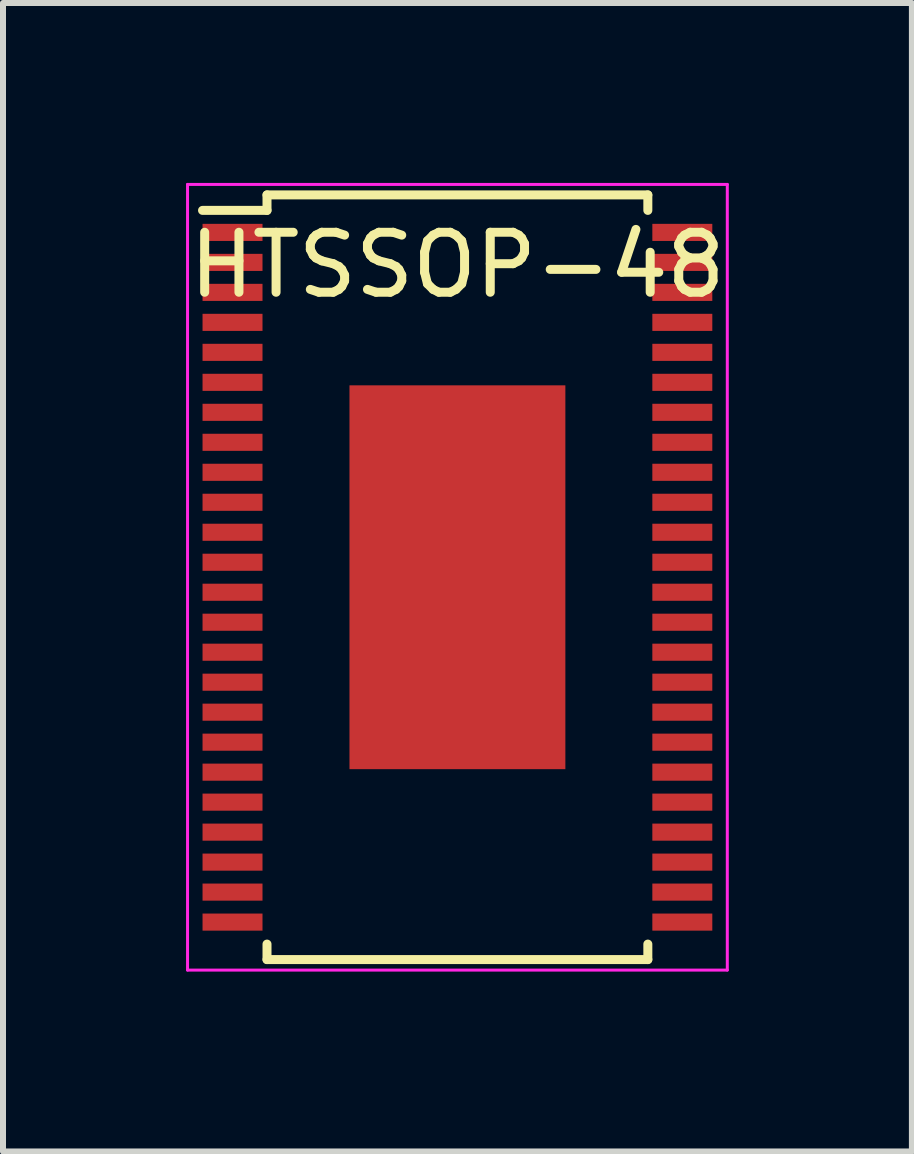
<source format=kicad_pcb>
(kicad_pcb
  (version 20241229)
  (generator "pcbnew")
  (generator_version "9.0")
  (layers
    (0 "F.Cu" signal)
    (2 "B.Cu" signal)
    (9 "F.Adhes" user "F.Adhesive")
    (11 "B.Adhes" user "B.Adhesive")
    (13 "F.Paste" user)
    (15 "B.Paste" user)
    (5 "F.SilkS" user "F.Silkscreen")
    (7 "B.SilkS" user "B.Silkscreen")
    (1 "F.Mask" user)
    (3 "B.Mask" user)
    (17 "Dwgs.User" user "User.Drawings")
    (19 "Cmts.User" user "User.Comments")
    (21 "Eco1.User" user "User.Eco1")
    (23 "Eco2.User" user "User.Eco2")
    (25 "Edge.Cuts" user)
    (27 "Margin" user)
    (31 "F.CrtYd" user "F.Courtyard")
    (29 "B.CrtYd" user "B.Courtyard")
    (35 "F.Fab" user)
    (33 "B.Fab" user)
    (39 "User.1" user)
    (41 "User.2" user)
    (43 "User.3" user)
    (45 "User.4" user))
  (footprint "HTSSOP-48"
    (layer "F.Cu")
    (at 4.577 6.575)
    (property "Reference" "HTSSOP-48" (at 0 -5.207 0) (layer "F.SilkS") (effects (font (size 1 1) (thickness 0.15))))
    (attr smd)
    (fp_line (start -3.175 -6.375) (end -3.175 -6.117) (stroke (width 0.15) (type solid)) (layer "F.SilkS"))
    (fp_line (start -3.175 -6.375) (end 3.175 -6.375) (stroke (width 0.15) (type solid)) (layer "F.SilkS"))
    (fp_line (start -3.175 -6.117) (end -4.25 -6.117) (stroke (width 0.15) (type solid)) (layer "F.SilkS"))
    (fp_line (start -3.175 6.375) (end -3.175 6.117) (stroke (width 0.15) (type solid)) (layer "F.SilkS"))
    (fp_line (start -3.175 6.375) (end 3.175 6.375) (stroke (width 0.15) (type solid)) (layer "F.SilkS"))
    (fp_line (start 3.175 -6.375) (end 3.175 -6.117) (stroke (width 0.15) (type solid)) (layer "F.SilkS"))
    (fp_line (start 3.175 6.375) (end 3.175 6.117) (stroke (width 0.15) (type solid)) (layer "F.SilkS"))
    (fp_line (start -1.75 -3.15) (end -0.25 -3.15) (stroke (width 0.1) (type solid)) (layer "F.Paste"))
    (fp_line (start -1.75 -1.4) (end -1.75 -3.15) (stroke (width 0.1) (type solid)) (layer "F.Paste"))
    (fp_line (start -1.75 -0.9) (end -0.25 -0.9) (stroke (width 0.1) (type solid)) (layer "F.Paste"))
    (fp_line (start -1.75 0.9) (end -1.75 -0.9) (stroke (width 0.1) (type solid)) (layer "F.Paste"))
    (fp_line (start -1.75 1.4) (end -0.25 1.4) (stroke (width 0.1) (type solid)) (layer "F.Paste"))
    (fp_line (start -1.75 3.15) (end -1.75 1.4) (stroke (width 0.1) (type solid)) (layer "F.Paste"))
    (fp_line (start -1.65 -3.15) (end -1.65 -1.4) (stroke (width 0.1) (type solid)) (layer "F.Paste"))
    (fp_line (start -1.65 -0.9) (end -1.65 0.9) (stroke (width 0.1) (type solid)) (layer "F.Paste"))
    (fp_line (start -1.65 1.4) (end -1.65 3.15) (stroke (width 0.1) (type solid)) (layer "F.Paste"))
    (fp_line (start -1.55 -3.15) (end -1.55 -1.4) (stroke (width 0.1) (type solid)) (layer "F.Paste"))
    (fp_line (start -1.55 -0.9) (end -1.55 0.9) (stroke (width 0.1) (type solid)) (layer "F.Paste"))
    (fp_line (start -1.55 1.4) (end -1.55 3.15) (stroke (width 0.1) (type solid)) (layer "F.Paste"))
    (fp_line (start -1.45 -3.15) (end -1.45 -1.4) (stroke (width 0.1) (type solid)) (layer "F.Paste"))
    (fp_line (start -1.45 -0.9) (end -1.45 0.9) (stroke (width 0.1) (type solid)) (layer "F.Paste"))
    (fp_line (start -1.45 1.4) (end -1.45 3.15) (stroke (width 0.1) (type solid)) (layer "F.Paste"))
    (fp_line (start -1.35 -3.15) (end -1.35 -1.4) (stroke (width 0.1) (type solid)) (layer "F.Paste"))
    (fp_line (start -1.35 -0.9) (end -1.35 0.9) (stroke (width 0.1) (type solid)) (layer "F.Paste"))
    (fp_line (start -1.35 1.4) (end -1.35 3.15) (stroke (width 0.1) (type solid)) (layer "F.Paste"))
    (fp_line (start -1.25 -3.15) (end -1.25 -1.4) (stroke (width 0.1) (type solid)) (layer "F.Paste"))
    (fp_line (start -1.25 -0.9) (end -1.25 0.9) (stroke (width 0.1) (type solid)) (layer "F.Paste"))
    (fp_line (start -1.25 1.4) (end -1.25 3.15) (stroke (width 0.1) (type solid)) (layer "F.Paste"))
    (fp_line (start -1.15 -3.15) (end -1.15 -1.45) (stroke (width 0.1) (type solid)) (layer "F.Paste"))
    (fp_line (start -1.15 -0.9) (end -1.15 0.9) (stroke (width 0.1) (type solid)) (layer "F.Paste"))
    (fp_line (start -1.15 1.4) (end -1.15 3.1) (stroke (width 0.1) (type solid)) (layer "F.Paste"))
    (fp_line (start -1.05 -3.15) (end -1.05 -1.4) (stroke (width 0.1) (type solid)) (layer "F.Paste"))
    (fp_line (start -1.05 -0.9) (end -1.05 0.9) (stroke (width 0.1) (type solid)) (layer "F.Paste"))
    (fp_line (start -1.05 1.4) (end -1.05 3.15) (stroke (width 0.1) (type solid)) (layer "F.Paste"))
    (fp_line (start -0.95 -3.15) (end -0.95 -1.4) (stroke (width 0.1) (type solid)) (layer "F.Paste"))
    (fp_line (start -0.95 -0.9) (end -0.95 0.9) (stroke (width 0.1) (type solid)) (layer "F.Paste"))
    (fp_line (start -0.95 1.4) (end -0.95 3.15) (stroke (width 0.1) (type solid)) (layer "F.Paste"))
    (fp_line (start -0.85 -3.15) (end -0.85 -1.4) (stroke (width 0.1) (type solid)) (layer "F.Paste"))
    (fp_line (start -0.85 -0.9) (end -0.85 0.9) (stroke (width 0.1) (type solid)) (layer "F.Paste"))
    (fp_line (start -0.85 1.4) (end -0.85 3.15) (stroke (width 0.1) (type solid)) (layer "F.Paste"))
    (fp_line (start -0.75 -3.15) (end -0.75 -1.4) (stroke (width 0.1) (type solid)) (layer "F.Paste"))
    (fp_line (start -0.75 -0.9) (end -0.75 0.9) (stroke (width 0.1) (type solid)) (layer "F.Paste"))
    (fp_line (start -0.75 1.4) (end -0.75 3.15) (stroke (width 0.1) (type solid)) (layer "F.Paste"))
    (fp_line (start -0.65 -3.15) (end -0.65 -1.4) (stroke (width 0.1) (type solid)) (layer "F.Paste"))
    (fp_line (start -0.65 -0.9) (end -0.65 0.9) (stroke (width 0.1) (type solid)) (layer "F.Paste"))
    (fp_line (start -0.65 1.4) (end -0.65 3.15) (stroke (width 0.1) (type solid)) (layer "F.Paste"))
    (fp_line (start -0.55 -3.15) (end -0.55 -1.4) (stroke (width 0.1) (type solid)) (layer "F.Paste"))
    (fp_line (start -0.55 -0.9) (end -0.55 0.9) (stroke (width 0.1) (type solid)) (layer "F.Paste"))
    (fp_line (start -0.55 1.4) (end -0.55 3.15) (stroke (width 0.1) (type solid)) (layer "F.Paste"))
    (fp_line (start -0.45 -3.15) (end -0.45 -1.4) (stroke (width 0.1) (type solid)) (layer "F.Paste"))
    (fp_line (start -0.45 -0.9) (end -0.45 0.9) (stroke (width 0.1) (type solid)) (layer "F.Paste"))
    (fp_line (start -0.45 1.4) (end -0.45 3.15) (stroke (width 0.1) (type solid)) (layer "F.Paste"))
    (fp_line (start -0.35 -3.15) (end -0.35 -1.4) (stroke (width 0.1) (type solid)) (layer "F.Paste"))
    (fp_line (start -0.35 -0.9) (end -0.35 0.9) (stroke (width 0.1) (type solid)) (layer "F.Paste"))
    (fp_line (start -0.35 1.4) (end -0.35 3.15) (stroke (width 0.1) (type solid)) (layer "F.Paste"))
    (fp_line (start -0.25 -3.15) (end -0.25 -1.4) (stroke (width 0.1) (type solid)) (layer "F.Paste"))
    (fp_line (start -0.25 -1.4) (end -1.75 -1.4) (stroke (width 0.1) (type solid)) (layer "F.Paste"))
    (fp_line (start -0.25 -0.9) (end -0.25 0.9) (stroke (width 0.1) (type solid)) (layer "F.Paste"))
    (fp_line (start -0.25 0.9) (end -1.75 0.9) (stroke (width 0.1) (type solid)) (layer "F.Paste"))
    (fp_line (start -0.25 1.4) (end -0.25 3.15) (stroke (width 0.1) (type solid)) (layer "F.Paste"))
    (fp_line (start -0.25 3.15) (end -1.75 3.15) (stroke (width 0.1) (type solid)) (layer "F.Paste"))
    (fp_line (start 0.25 -3.15) (end 1.75 -3.15) (stroke (width 0.1) (type solid)) (layer "F.Paste"))
    (fp_line (start 0.25 -1.4) (end 0.25 -3.15) (stroke (width 0.1) (type solid)) (layer "F.Paste"))
    (fp_line (start 0.25 -0.9) (end 1.75 -0.9) (stroke (width 0.1) (type solid)) (layer "F.Paste"))
    (fp_line (start 0.25 0.9) (end 0.25 -0.9) (stroke (width 0.1) (type solid)) (layer "F.Paste"))
    (fp_line (start 0.25 1.4) (end 1.75 1.4) (stroke (width 0.1) (type solid)) (layer "F.Paste"))
    (fp_line (start 0.25 3.15) (end 0.25 1.4) (stroke (width 0.1) (type solid)) (layer "F.Paste"))
    (fp_line (start 0.35 -3.15) (end 0.35 -1.4) (stroke (width 0.1) (type solid)) (layer "F.Paste"))
    (fp_line (start 0.35 -0.9) (end 0.35 0.9) (stroke (width 0.1) (type solid)) (layer "F.Paste"))
    (fp_line (start 0.35 1.4) (end 0.35 3.15) (stroke (width 0.1) (type solid)) (layer "F.Paste"))
    (fp_line (start 0.45 -3.15) (end 0.45 -1.4) (stroke (width 0.1) (type solid)) (layer "F.Paste"))
    (fp_line (start 0.45 -0.9) (end 0.45 0.9) (stroke (width 0.1) (type solid)) (layer "F.Paste"))
    (fp_line (start 0.45 1.4) (end 0.45 3.15) (stroke (width 0.1) (type solid)) (layer "F.Paste"))
    (fp_line (start 0.55 -3.15) (end 0.55 -1.4) (stroke (width 0.1) (type solid)) (layer "F.Paste"))
    (fp_line (start 0.55 -0.9) (end 0.55 0.9) (stroke (width 0.1) (type solid)) (layer "F.Paste"))
    (fp_line (start 0.55 1.4) (end 0.55 3.15) (stroke (width 0.1) (type solid)) (layer "F.Paste"))
    (fp_line (start 0.65 -3.15) (end 0.65 -1.4) (stroke (width 0.1) (type solid)) (layer "F.Paste"))
    (fp_line (start 0.65 -0.9) (end 0.65 0.9) (stroke (width 0.1) (type solid)) (layer "F.Paste"))
    (fp_line (start 0.65 1.4) (end 0.65 3.15) (stroke (width 0.1) (type solid)) (layer "F.Paste"))
    (fp_line (start 0.75 -3.15) (end 0.75 -1.4) (stroke (width 0.1) (type solid)) (layer "F.Paste"))
    (fp_line (start 0.75 -0.9) (end 0.75 0.9) (stroke (width 0.1) (type solid)) (layer "F.Paste"))
    (fp_line (start 0.75 1.4) (end 0.75 3.15) (stroke (width 0.1) (type solid)) (layer "F.Paste"))
    (fp_line (start 0.85 -3.15) (end 0.85 -1.45) (stroke (width 0.1) (type solid)) (layer "F.Paste"))
    (fp_line (start 0.85 -0.9) (end 0.85 0.9) (stroke (width 0.1) (type solid)) (layer "F.Paste"))
    (fp_line (start 0.85 1.4) (end 0.85 3.1) (stroke (width 0.1) (type solid)) (layer "F.Paste"))
    (fp_line (start 0.95 -3.15) (end 0.95 -1.4) (stroke (width 0.1) (type solid)) (layer "F.Paste"))
    (fp_line (start 0.95 -0.9) (end 0.95 0.9) (stroke (width 0.1) (type solid)) (layer "F.Paste"))
    (fp_line (start 0.95 1.4) (end 0.95 3.15) (stroke (width 0.1) (type solid)) (layer "F.Paste"))
    (fp_line (start 1.05 -3.15) (end 1.05 -1.4) (stroke (width 0.1) (type solid)) (layer "F.Paste"))
    (fp_line (start 1.05 -0.9) (end 1.05 0.9) (stroke (width 0.1) (type solid)) (layer "F.Paste"))
    (fp_line (start 1.05 1.4) (end 1.05 3.15) (stroke (width 0.1) (type solid)) (layer "F.Paste"))
    (fp_line (start 1.15 -3.15) (end 1.15 -1.4) (stroke (width 0.1) (type solid)) (layer "F.Paste"))
    (fp_line (start 1.15 -0.9) (end 1.15 0.9) (stroke (width 0.1) (type solid)) (layer "F.Paste"))
    (fp_line (start 1.15 1.4) (end 1.15 3.15) (stroke (width 0.1) (type solid)) (layer "F.Paste"))
    (fp_line (start 1.25 -3.15) (end 1.25 -1.4) (stroke (width 0.1) (type solid)) (layer "F.Paste"))
    (fp_line (start 1.25 -0.9) (end 1.25 0.9) (stroke (width 0.1) (type solid)) (layer "F.Paste"))
    (fp_line (start 1.25 1.4) (end 1.25 3.15) (stroke (width 0.1) (type solid)) (layer "F.Paste"))
    (fp_line (start 1.35 -3.15) (end 1.35 -1.4) (stroke (width 0.1) (type solid)) (layer "F.Paste"))
    (fp_line (start 1.35 -0.9) (end 1.35 0.9) (stroke (width 0.1) (type solid)) (layer "F.Paste"))
    (fp_line (start 1.35 1.4) (end 1.35 3.15) (stroke (width 0.1) (type solid)) (layer "F.Paste"))
    (fp_line (start 1.45 -3.15) (end 1.45 -1.4) (stroke (width 0.1) (type solid)) (layer "F.Paste"))
    (fp_line (start 1.45 -0.9) (end 1.45 0.9) (stroke (width 0.1) (type solid)) (layer "F.Paste"))
    (fp_line (start 1.45 1.4) (end 1.45 3.15) (stroke (width 0.1) (type solid)) (layer "F.Paste"))
    (fp_line (start 1.55 -3.15) (end 1.55 -1.4) (stroke (width 0.1) (type solid)) (layer "F.Paste"))
    (fp_line (start 1.55 -0.9) (end 1.55 0.9) (stroke (width 0.1) (type solid)) (layer "F.Paste"))
    (fp_line (start 1.55 1.4) (end 1.55 3.15) (stroke (width 0.1) (type solid)) (layer "F.Paste"))
    (fp_line (start 1.65 -3.15) (end 1.65 -1.4) (stroke (width 0.1) (type solid)) (layer "F.Paste"))
    (fp_line (start 1.65 -0.9) (end 1.65 0.9) (stroke (width 0.1) (type solid)) (layer "F.Paste"))
    (fp_line (start 1.65 1.4) (end 1.65 3.15) (stroke (width 0.1) (type solid)) (layer "F.Paste"))
    (fp_line (start 1.75 -3.15) (end 1.75 -1.4) (stroke (width 0.1) (type solid)) (layer "F.Paste"))
    (fp_line (start 1.75 -1.4) (end 0.25 -1.4) (stroke (width 0.1) (type solid)) (layer "F.Paste"))
    (fp_line (start 1.75 -0.9) (end 1.75 0.9) (stroke (width 0.1) (type solid)) (layer "F.Paste"))
    (fp_line (start 1.75 0.9) (end 0.25 0.9) (stroke (width 0.1) (type solid)) (layer "F.Paste"))
    (fp_line (start 1.75 1.4) (end 1.75 3.15) (stroke (width 0.1) (type solid)) (layer "F.Paste"))
    (fp_line (start 1.75 3.15) (end 0.25 3.15) (stroke (width 0.1) (type solid)) (layer "F.Paste"))
    (fp_line (start -4.5 -6.55) (end -4.5 6.55) (stroke (width 0.05) (type solid)) (layer "F.CrtYd"))
    (fp_line (start -4.5 -6.55) (end 4.5 -6.55) (stroke (width 0.05) (type solid)) (layer "F.CrtYd"))
    (fp_line (start -4.5 6.55) (end 4.5 6.55) (stroke (width 0.05) (type solid)) (layer "F.CrtYd"))
    (fp_line (start 4.5 -6.55) (end 4.5 6.55) (stroke (width 0.05) (type solid)) (layer "F.CrtYd"))
    (pad "1" smd rect (at -3.75 -5.75) (size 1 0.285) (layers "F.Cu" "F.Mask" "F.Paste"))
    (pad "2" smd rect (at -3.75 -5.25) (size 1 0.285) (layers "F.Cu" "F.Mask" "F.Paste"))
    (pad "3" smd rect (at -3.75 -4.75) (size 1 0.285) (layers "F.Cu" "F.Mask" "F.Paste"))
    (pad "4" smd rect (at -3.75 -4.25) (size 1 0.285) (layers "F.Cu" "F.Mask" "F.Paste"))
    (pad "5" smd rect (at -3.75 -3.75) (size 1 0.285) (layers "F.Cu" "F.Mask" "F.Paste"))
    (pad "6" smd rect (at -3.75 -3.25) (size 1 0.285) (layers "F.Cu" "F.Mask" "F.Paste"))
    (pad "7" smd rect (at -3.75 -2.75) (size 1 0.285) (layers "F.Cu" "F.Mask" "F.Paste"))
    (pad "8" smd rect (at -3.75 -2.25) (size 1 0.285) (layers "F.Cu" "F.Mask" "F.Paste"))
    (pad "9" smd rect (at -3.75 -1.75) (size 1 0.285) (layers "F.Cu" "F.Mask" "F.Paste"))
    (pad "10" smd rect (at -3.75 -1.25) (size 1 0.285) (layers "F.Cu" "F.Mask" "F.Paste"))
    (pad "11" smd rect (at -3.75 -0.75) (size 1 0.285) (layers "F.Cu" "F.Mask" "F.Paste"))
    (pad "12" smd rect (at -3.75 -0.25) (size 1 0.285) (layers "F.Cu" "F.Mask" "F.Paste"))
    (pad "13" smd rect (at -3.75 0.25) (size 1 0.285) (layers "F.Cu" "F.Mask" "F.Paste"))
    (pad "14" smd rect (at -3.75 0.75) (size 1 0.285) (layers "F.Cu" "F.Mask" "F.Paste"))
    (pad "15" smd rect (at -3.75 1.25) (size 1 0.285) (layers "F.Cu" "F.Mask" "F.Paste"))
    (pad "16" smd rect (at -3.75 1.75) (size 1 0.285) (layers "F.Cu" "F.Mask" "F.Paste"))
    (pad "17" smd rect (at -3.75 2.25) (size 1 0.285) (layers "F.Cu" "F.Mask" "F.Paste"))
    (pad "18" smd rect (at -3.75 2.75) (size 1 0.285) (layers "F.Cu" "F.Mask" "F.Paste"))
    (pad "19" smd rect (at -3.75 3.25) (size 1 0.285) (layers "F.Cu" "F.Mask" "F.Paste"))
    (pad "20" smd rect (at -3.75 3.75) (size 1 0.285) (layers "F.Cu" "F.Mask" "F.Paste"))
    (pad "21" smd rect (at -3.75 4.25) (size 1 0.285) (layers "F.Cu" "F.Mask" "F.Paste"))
    (pad "22" smd rect (at -3.75 4.75) (size 1 0.285) (layers "F.Cu" "F.Mask" "F.Paste"))
    (pad "23" smd rect (at -3.75 5.25) (size 1 0.285) (layers "F.Cu" "F.Mask" "F.Paste"))
    (pad "24" smd rect (at -3.75 5.75) (size 1 0.285) (layers "F.Cu" "F.Mask" "F.Paste"))
    (pad "25" smd rect (at 3.75 5.75) (size 1 0.285) (layers "F.Cu" "F.Mask" "F.Paste"))
    (pad "26" smd rect (at 3.75 5.25) (size 1 0.285) (layers "F.Cu" "F.Mask" "F.Paste"))
    (pad "27" smd rect (at 3.75 4.75) (size 1 0.285) (layers "F.Cu" "F.Mask" "F.Paste"))
    (pad "28" smd rect (at 3.75 4.25) (size 1 0.285) (layers "F.Cu" "F.Mask" "F.Paste"))
    (pad "29" smd rect (at 3.75 3.75) (size 1 0.285) (layers "F.Cu" "F.Mask" "F.Paste"))
    (pad "30" smd rect (at 3.75 3.25) (size 1 0.285) (layers "F.Cu" "F.Mask" "F.Paste"))
    (pad "31" smd rect (at 3.75 2.75) (size 1 0.285) (layers "F.Cu" "F.Mask" "F.Paste"))
    (pad "32" smd rect (at 3.75 2.25) (size 1 0.285) (layers "F.Cu" "F.Mask" "F.Paste"))
    (pad "33" smd rect (at 3.75 1.75) (size 1 0.285) (layers "F.Cu" "F.Mask" "F.Paste"))
    (pad "34" smd rect (at 3.75 1.25) (size 1 0.285) (layers "F.Cu" "F.Mask" "F.Paste"))
    (pad "35" smd rect (at 3.75 0.75) (size 1 0.285) (layers "F.Cu" "F.Mask" "F.Paste"))
    (pad "36" smd rect (at 3.75 0.25) (size 1 0.285) (layers "F.Cu" "F.Mask" "F.Paste"))
    (pad "37" smd rect (at 3.75 -0.25) (size 1 0.285) (layers "F.Cu" "F.Mask" "F.Paste"))
    (pad "38" smd rect (at 3.75 -0.75) (size 1 0.285) (layers "F.Cu" "F.Mask" "F.Paste"))
    (pad "39" smd rect (at 3.75 -1.25) (size 1 0.285) (layers "F.Cu" "F.Mask" "F.Paste"))
    (pad "40" smd rect (at 3.75 -1.75) (size 1 0.285) (layers "F.Cu" "F.Mask" "F.Paste"))
    (pad "41" smd rect (at 3.75 -2.25) (size 1 0.285) (layers "F.Cu" "F.Mask" "F.Paste"))
    (pad "42" smd rect (at 3.75 -2.75) (size 1 0.285) (layers "F.Cu" "F.Mask" "F.Paste"))
    (pad "43" smd rect (at 3.75 -3.25) (size 1 0.285) (layers "F.Cu" "F.Mask" "F.Paste"))
    (pad "44" smd rect (at 3.75 -3.75) (size 1 0.285) (layers "F.Cu" "F.Mask" "F.Paste"))
    (pad "45" smd rect (at 3.75 -4.25) (size 1 0.285) (layers "F.Cu" "F.Mask" "F.Paste"))
    (pad "46" smd rect (at 3.75 -4.75) (size 1 0.285) (layers "F.Cu" "F.Mask" "F.Paste"))
    (pad "47" smd rect (at 3.75 -5.25) (size 1 0.285) (layers "F.Cu" "F.Mask" "F.Paste"))
    (pad "48" smd rect (at 3.75 -5.75) (size 1 0.285) (layers "F.Cu" "F.Mask" "F.Paste"))
    (pad "49" smd rect (at 0 0) (size 3.6 6.4) (layers "F.Cu" "F.Mask")))
  (gr_rect
    (start -3 -3)
    (end 12.155 16.15)
    (stroke (width 0.1) (type default))
    (fill no)
    (layer "Edge.Cuts")))
</source>
